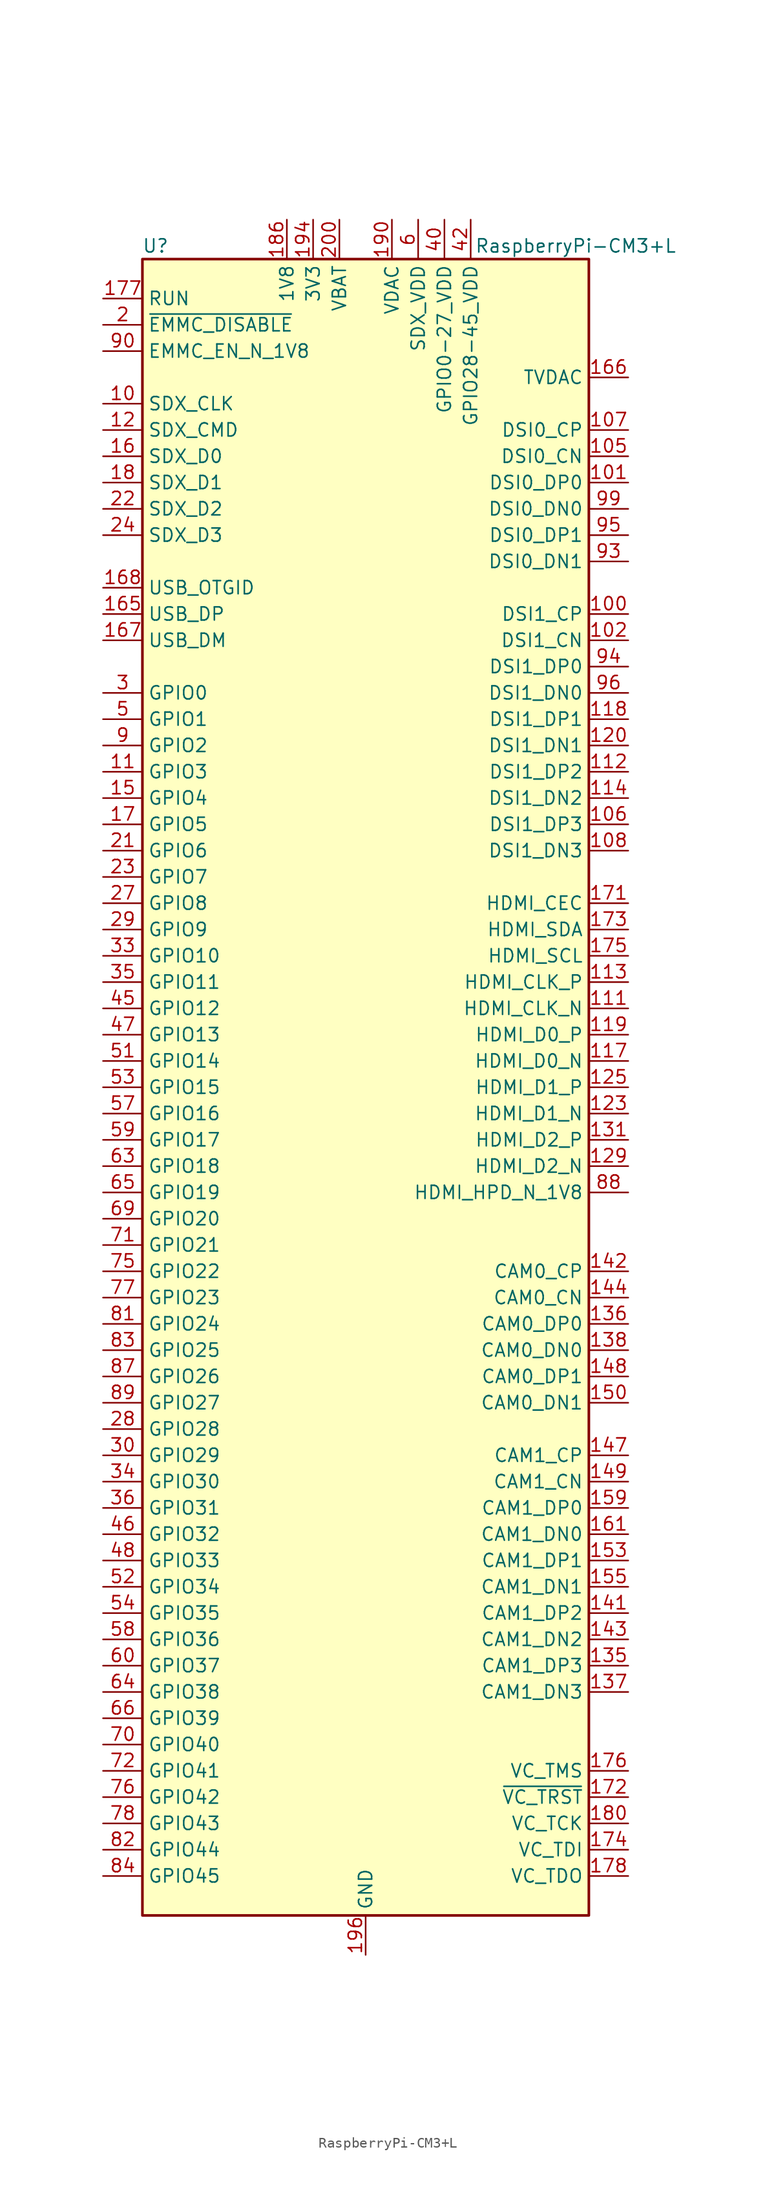
<source format=kicad_sym>
(kicad_symbol_lib
  (version 20231120)
  (generator "kicad_symbol_editor")
  (generator_version "8.0")
  (symbol "RaspberryPi-CM3+L"
    (property "Reference" "U"
      (at -20.32 81.28 0)
      (effects (font (size 1.27 1.27))))
    (property "Value" "RaspberryPi-CM3+L"
      (at 20.32 81.28 0)
      (effects (font (size 1.27 1.27))))
    (symbol "RaspberryPi-CM3+L_0_1"
      (rectangle (start -21.59 80.01) (end 21.59 -80.01) (stroke (width 0.254) (type default)) (fill (type background))))
    (symbol "RaspberryPi-CM3+L_1_1"
      (pin passive line (at 0 -83.82 90) (length 3.81) hide (name "GND" (effects (font (size 1.27 1.27)))) (number "1" (effects (font (size 1.27 1.27)))))
      (pin output line (at -25.4 66.04 0) (length 3.81) (name "SDX_CLK" (effects (font (size 1.27 1.27)))) (number "10" (effects (font (size 1.27 1.27)))))
      (pin output line (at 25.4 45.72 180) (length 3.81) (name "DSI1_CP" (effects (font (size 1.27 1.27)))) (number "100" (effects (font (size 1.27 1.27)))))
      (pin output line (at 25.4 58.42 180) (length 3.81) (name "DSI0_DP0" (effects (font (size 1.27 1.27)))) (number "101" (effects (font (size 1.27 1.27)))))
      (pin output line (at 25.4 43.18 180) (length 3.81) (name "DSI1_CN" (effects (font (size 1.27 1.27)))) (number "102" (effects (font (size 1.27 1.27)))))
      (pin passive line (at 0 -83.82 90) (length 3.81) hide (name "GND" (effects (font (size 1.27 1.27)))) (number "103" (effects (font (size 1.27 1.27)))))
      (pin passive line (at 0 -83.82 90) (length 3.81) hide (name "GND" (effects (font (size 1.27 1.27)))) (number "104" (effects (font (size 1.27 1.27)))))
      (pin output line (at 25.4 60.96 180) (length 3.81) (name "DSI0_CN" (effects (font (size 1.27 1.27)))) (number "105" (effects (font (size 1.27 1.27)))))
      (pin output line (at 25.4 25.4 180) (length 3.81) (name "DSI1_DP3" (effects (font (size 1.27 1.27)))) (number "106" (effects (font (size 1.27 1.27)))))
      (pin output line (at 25.4 63.5 180) (length 3.81) (name "DSI0_CP" (effects (font (size 1.27 1.27)))) (number "107" (effects (font (size 1.27 1.27)))))
      (pin output line (at 25.4 22.86 180) (length 3.81) (name "DSI1_DN3" (effects (font (size 1.27 1.27)))) (number "108" (effects (font (size 1.27 1.27)))))
      (pin passive line (at 0 -83.82 90) (length 3.81) hide (name "GND" (effects (font (size 1.27 1.27)))) (number "109" (effects (font (size 1.27 1.27)))))
      (pin bidirectional line (at -25.4 30.48 0) (length 3.81) (name "GPIO3" (effects (font (size 1.27 1.27)))) (number "11" (effects (font (size 1.27 1.27)))))
      (pin passive line (at 0 -83.82 90) (length 3.81) hide (name "GND" (effects (font (size 1.27 1.27)))) (number "110" (effects (font (size 1.27 1.27)))))
      (pin output line (at 25.4 7.62 180) (length 3.81) (name "HDMI_CLK_N" (effects (font (size 1.27 1.27)))) (number "111" (effects (font (size 1.27 1.27)))))
      (pin output line (at 25.4 30.48 180) (length 3.81) (name "DSI1_DP2" (effects (font (size 1.27 1.27)))) (number "112" (effects (font (size 1.27 1.27)))))
      (pin output line (at 25.4 10.16 180) (length 3.81) (name "HDMI_CLK_P" (effects (font (size 1.27 1.27)))) (number "113" (effects (font (size 1.27 1.27)))))
      (pin output line (at 25.4 27.94 180) (length 3.81) (name "DSI1_DN2" (effects (font (size 1.27 1.27)))) (number "114" (effects (font (size 1.27 1.27)))))
      (pin passive line (at 0 -83.82 90) (length 3.81) hide (name "GND" (effects (font (size 1.27 1.27)))) (number "115" (effects (font (size 1.27 1.27)))))
      (pin passive line (at 0 -83.82 90) (length 3.81) hide (name "GND" (effects (font (size 1.27 1.27)))) (number "116" (effects (font (size 1.27 1.27)))))
      (pin output line (at 25.4 2.54 180) (length 3.81) (name "HDMI_D0_N" (effects (font (size 1.27 1.27)))) (number "117" (effects (font (size 1.27 1.27)))))
      (pin output line (at 25.4 35.56 180) (length 3.81) (name "DSI1_DP1" (effects (font (size 1.27 1.27)))) (number "118" (effects (font (size 1.27 1.27)))))
      (pin output line (at 25.4 5.08 180) (length 3.81) (name "HDMI_D0_P" (effects (font (size 1.27 1.27)))) (number "119" (effects (font (size 1.27 1.27)))))
      (pin bidirectional line (at -25.4 63.5 0) (length 3.81) (name "SDX_CMD" (effects (font (size 1.27 1.27)))) (number "12" (effects (font (size 1.27 1.27)))))
      (pin output line (at 25.4 33.02 180) (length 3.81) (name "DSI1_DN1" (effects (font (size 1.27 1.27)))) (number "120" (effects (font (size 1.27 1.27)))))
      (pin passive line (at 0 -83.82 90) (length 3.81) hide (name "GND" (effects (font (size 1.27 1.27)))) (number "121" (effects (font (size 1.27 1.27)))))
      (pin passive line (at 0 -83.82 90) (length 3.81) hide (name "GND" (effects (font (size 1.27 1.27)))) (number "122" (effects (font (size 1.27 1.27)))))
      (pin output line (at 25.4 -2.54 180) (length 3.81) (name "HDMI_D1_N" (effects (font (size 1.27 1.27)))) (number "123" (effects (font (size 1.27 1.27)))))
      (pin no_connect line (at 20.32 76.2 180) (length 2.54) hide (name "NC" (effects (font (size 1.27 1.27)))) (number "124" (effects (font (size 1.27 1.27)))))
      (pin output line (at 25.4 0 180) (length 3.81) (name "HDMI_D1_P" (effects (font (size 1.27 1.27)))) (number "125" (effects (font (size 1.27 1.27)))))
      (pin no_connect line (at 20.32 73.66 180) (length 2.54) hide (name "NC" (effects (font (size 1.27 1.27)))) (number "126" (effects (font (size 1.27 1.27)))))
      (pin passive line (at 0 -83.82 90) (length 3.81) hide (name "GND" (effects (font (size 1.27 1.27)))) (number "127" (effects (font (size 1.27 1.27)))))
      (pin no_connect line (at 20.32 71.12 180) (length 2.54) hide (name "NC" (effects (font (size 1.27 1.27)))) (number "128" (effects (font (size 1.27 1.27)))))
      (pin output line (at 25.4 -7.62 180) (length 3.81) (name "HDMI_D2_N" (effects (font (size 1.27 1.27)))) (number "129" (effects (font (size 1.27 1.27)))))
      (pin passive line (at 0 -83.82 90) (length 3.81) hide (name "GND" (effects (font (size 1.27 1.27)))) (number "13" (effects (font (size 1.27 1.27)))))
      (pin no_connect line (at 20.32 66.04 180) (length 2.54) hide (name "NC" (effects (font (size 1.27 1.27)))) (number "130" (effects (font (size 1.27 1.27)))))
      (pin output line (at 25.4 -5.08 180) (length 3.81) (name "HDMI_D2_P" (effects (font (size 1.27 1.27)))) (number "131" (effects (font (size 1.27 1.27)))))
      (pin no_connect line (at 20.32 48.26 180) (length 2.54) hide (name "NC" (effects (font (size 1.27 1.27)))) (number "132" (effects (font (size 1.27 1.27)))))
      (pin passive line (at 0 -83.82 90) (length 3.81) hide (name "GND" (effects (font (size 1.27 1.27)))) (number "133" (effects (font (size 1.27 1.27)))))
      (pin passive line (at 0 -83.82 90) (length 3.81) hide (name "GND" (effects (font (size 1.27 1.27)))) (number "134" (effects (font (size 1.27 1.27)))))
      (pin input line (at 25.4 -55.88 180) (length 3.81) (name "CAM1_DP3" (effects (font (size 1.27 1.27)))) (number "135" (effects (font (size 1.27 1.27)))))
      (pin input line (at 25.4 -22.86 180) (length 3.81) (name "CAM0_DP0" (effects (font (size 1.27 1.27)))) (number "136" (effects (font (size 1.27 1.27)))))
      (pin input line (at 25.4 -58.42 180) (length 3.81) (name "CAM1_DN3" (effects (font (size 1.27 1.27)))) (number "137" (effects (font (size 1.27 1.27)))))
      (pin input line (at 25.4 -25.4 180) (length 3.81) (name "CAM0_DN0" (effects (font (size 1.27 1.27)))) (number "138" (effects (font (size 1.27 1.27)))))
      (pin passive line (at 0 -83.82 90) (length 3.81) hide (name "GND" (effects (font (size 1.27 1.27)))) (number "139" (effects (font (size 1.27 1.27)))))
      (pin passive line (at 0 -83.82 90) (length 3.81) hide (name "GND" (effects (font (size 1.27 1.27)))) (number "14" (effects (font (size 1.27 1.27)))))
      (pin passive line (at 0 -83.82 90) (length 3.81) hide (name "GND" (effects (font (size 1.27 1.27)))) (number "140" (effects (font (size 1.27 1.27)))))
      (pin input line (at 25.4 -50.8 180) (length 3.81) (name "CAM1_DP2" (effects (font (size 1.27 1.27)))) (number "141" (effects (font (size 1.27 1.27)))))
      (pin input line (at 25.4 -17.78 180) (length 3.81) (name "CAM0_CP" (effects (font (size 1.27 1.27)))) (number "142" (effects (font (size 1.27 1.27)))))
      (pin input line (at 25.4 -53.34 180) (length 3.81) (name "CAM1_DN2" (effects (font (size 1.27 1.27)))) (number "143" (effects (font (size 1.27 1.27)))))
      (pin input line (at 25.4 -20.32 180) (length 3.81) (name "CAM0_CN" (effects (font (size 1.27 1.27)))) (number "144" (effects (font (size 1.27 1.27)))))
      (pin passive line (at 0 -83.82 90) (length 3.81) hide (name "GND" (effects (font (size 1.27 1.27)))) (number "145" (effects (font (size 1.27 1.27)))))
      (pin passive line (at 0 -83.82 90) (length 3.81) hide (name "GND" (effects (font (size 1.27 1.27)))) (number "146" (effects (font (size 1.27 1.27)))))
      (pin input line (at 25.4 -35.56 180) (length 3.81) (name "CAM1_CP" (effects (font (size 1.27 1.27)))) (number "147" (effects (font (size 1.27 1.27)))))
      (pin input line (at 25.4 -27.94 180) (length 3.81) (name "CAM0_DP1" (effects (font (size 1.27 1.27)))) (number "148" (effects (font (size 1.27 1.27)))))
      (pin input line (at 25.4 -38.1 180) (length 3.81) (name "CAM1_CN" (effects (font (size 1.27 1.27)))) (number "149" (effects (font (size 1.27 1.27)))))
      (pin bidirectional line (at -25.4 27.94 0) (length 3.81) (name "GPIO4" (effects (font (size 1.27 1.27)))) (number "15" (effects (font (size 1.27 1.27)))))
      (pin input line (at 25.4 -30.48 180) (length 3.81) (name "CAM0_DN1" (effects (font (size 1.27 1.27)))) (number "150" (effects (font (size 1.27 1.27)))))
      (pin passive line (at 0 -83.82 90) (length 3.81) hide (name "GND" (effects (font (size 1.27 1.27)))) (number "151" (effects (font (size 1.27 1.27)))))
      (pin passive line (at 0 -83.82 90) (length 3.81) hide (name "GND" (effects (font (size 1.27 1.27)))) (number "152" (effects (font (size 1.27 1.27)))))
      (pin input line (at 25.4 -45.72 180) (length 3.81) (name "CAM1_DP1" (effects (font (size 1.27 1.27)))) (number "153" (effects (font (size 1.27 1.27)))))
      (pin no_connect line (at 20.32 -15.24 180) (length 2.54) hide (name "NC" (effects (font (size 1.27 1.27)))) (number "154" (effects (font (size 1.27 1.27)))))
      (pin input line (at 25.4 -48.26 180) (length 3.81) (name "CAM1_DN1" (effects (font (size 1.27 1.27)))) (number "155" (effects (font (size 1.27 1.27)))))
      (pin no_connect line (at 20.32 -12.7 180) (length 2.54) hide (name "NC" (effects (font (size 1.27 1.27)))) (number "156" (effects (font (size 1.27 1.27)))))
      (pin passive line (at 0 -83.82 90) (length 3.81) hide (name "GND" (effects (font (size 1.27 1.27)))) (number "157" (effects (font (size 1.27 1.27)))))
      (pin no_connect line (at 20.32 20.32 180) (length 2.54) hide (name "NC" (effects (font (size 1.27 1.27)))) (number "158" (effects (font (size 1.27 1.27)))))
      (pin input line (at 25.4 -40.64 180) (length 3.81) (name "CAM1_DP0" (effects (font (size 1.27 1.27)))) (number "159" (effects (font (size 1.27 1.27)))))
      (pin bidirectional line (at -25.4 60.96 0) (length 3.81) (name "SDX_D0" (effects (font (size 1.27 1.27)))) (number "16" (effects (font (size 1.27 1.27)))))
      (pin no_connect line (at 20.32 -60.96 180) (length 2.54) hide (name "NC" (effects (font (size 1.27 1.27)))) (number "160" (effects (font (size 1.27 1.27)))))
      (pin input line (at 25.4 -43.18 180) (length 3.81) (name "CAM1_DN0" (effects (font (size 1.27 1.27)))) (number "161" (effects (font (size 1.27 1.27)))))
      (pin no_connect line (at 20.32 -63.5 180) (length 2.54) hide (name "NC" (effects (font (size 1.27 1.27)))) (number "162" (effects (font (size 1.27 1.27)))))
      (pin passive line (at 0 -83.82 90) (length 3.81) hide (name "GND" (effects (font (size 1.27 1.27)))) (number "163" (effects (font (size 1.27 1.27)))))
      (pin passive line (at 0 -83.82 90) (length 3.81) hide (name "GND" (effects (font (size 1.27 1.27)))) (number "164" (effects (font (size 1.27 1.27)))))
      (pin bidirectional line (at -25.4 45.72 0) (length 3.81) (name "USB_DP" (effects (font (size 1.27 1.27)))) (number "165" (effects (font (size 1.27 1.27)))))
      (pin output line (at 25.4 68.58 180) (length 3.81) (name "TVDAC" (effects (font (size 1.27 1.27)))) (number "166" (effects (font (size 1.27 1.27)))))
      (pin bidirectional line (at -25.4 43.18 0) (length 3.81) (name "USB_DM" (effects (font (size 1.27 1.27)))) (number "167" (effects (font (size 1.27 1.27)))))
      (pin passive line (at -25.4 48.26 0) (length 3.81) (name "USB_OTGID" (effects (font (size 1.27 1.27)))) (number "168" (effects (font (size 1.27 1.27)))))
      (pin passive line (at 0 -83.82 90) (length 3.81) hide (name "GND" (effects (font (size 1.27 1.27)))) (number "169" (effects (font (size 1.27 1.27)))))
      (pin bidirectional line (at -25.4 25.4 0) (length 3.81) (name "GPIO5" (effects (font (size 1.27 1.27)))) (number "17" (effects (font (size 1.27 1.27)))))
      (pin passive line (at 0 -83.82 90) (length 3.81) hide (name "GND" (effects (font (size 1.27 1.27)))) (number "170" (effects (font (size 1.27 1.27)))))
      (pin bidirectional line (at 25.4 17.78 180) (length 3.81) (name "HDMI_CEC" (effects (font (size 1.27 1.27)))) (number "171" (effects (font (size 1.27 1.27)))))
      (pin input line (at 25.4 -68.58 180) (length 3.81) (name "~{VC_TRST}" (effects (font (size 1.27 1.27)))) (number "172" (effects (font (size 1.27 1.27)))))
      (pin bidirectional line (at 25.4 15.24 180) (length 3.81) (name "HDMI_SDA" (effects (font (size 1.27 1.27)))) (number "173" (effects (font (size 1.27 1.27)))))
      (pin input line (at 25.4 -73.66 180) (length 3.81) (name "VC_TDI" (effects (font (size 1.27 1.27)))) (number "174" (effects (font (size 1.27 1.27)))))
      (pin bidirectional line (at 25.4 12.7 180) (length 3.81) (name "HDMI_SCL" (effects (font (size 1.27 1.27)))) (number "175" (effects (font (size 1.27 1.27)))))
      (pin input line (at 25.4 -66.04 180) (length 3.81) (name "VC_TMS" (effects (font (size 1.27 1.27)))) (number "176" (effects (font (size 1.27 1.27)))))
      (pin input line (at -25.4 76.2 0) (length 3.81) (name "RUN" (effects (font (size 1.27 1.27)))) (number "177" (effects (font (size 1.27 1.27)))))
      (pin output line (at 25.4 -76.2 180) (length 3.81) (name "VC_TDO" (effects (font (size 1.27 1.27)))) (number "178" (effects (font (size 1.27 1.27)))))
      (pin no_connect line (at 0 78.74 270) (length 2.54) hide (name "VDD_CORE_(DO_NOT_CONNECT)" (effects (font (size 1.27 1.27)))) (number "179" (effects (font (size 1.27 1.27)))))
      (pin bidirectional line (at -25.4 58.42 0) (length 3.81) (name "SDX_D1" (effects (font (size 1.27 1.27)))) (number "18" (effects (font (size 1.27 1.27)))))
      (pin input line (at 25.4 -71.12 180) (length 3.81) (name "VC_TCK" (effects (font (size 1.27 1.27)))) (number "180" (effects (font (size 1.27 1.27)))))
      (pin passive line (at 0 -83.82 90) (length 3.81) hide (name "GND" (effects (font (size 1.27 1.27)))) (number "181" (effects (font (size 1.27 1.27)))))
      (pin passive line (at 0 -83.82 90) (length 3.81) hide (name "GND" (effects (font (size 1.27 1.27)))) (number "182" (effects (font (size 1.27 1.27)))))
      (pin passive line (at -7.62 83.82 270) (length 3.81) hide (name "1V8" (effects (font (size 1.27 1.27)))) (number "183" (effects (font (size 1.27 1.27)))))
      (pin passive line (at -7.62 83.82 270) (length 3.81) hide (name "1V8" (effects (font (size 1.27 1.27)))) (number "184" (effects (font (size 1.27 1.27)))))
      (pin passive line (at -7.62 83.82 270) (length 3.81) hide (name "1V8" (effects (font (size 1.27 1.27)))) (number "185" (effects (font (size 1.27 1.27)))))
      (pin power_in line (at -7.62 83.82 270) (length 3.81) (name "1V8" (effects (font (size 1.27 1.27)))) (number "186" (effects (font (size 1.27 1.27)))))
      (pin passive line (at 0 -83.82 90) (length 3.81) hide (name "GND" (effects (font (size 1.27 1.27)))) (number "187" (effects (font (size 1.27 1.27)))))
      (pin passive line (at 0 -83.82 90) (length 3.81) hide (name "GND" (effects (font (size 1.27 1.27)))) (number "188" (effects (font (size 1.27 1.27)))))
      (pin passive line (at 2.54 83.82 270) (length 3.81) hide (name "VDAC" (effects (font (size 1.27 1.27)))) (number "189" (effects (font (size 1.27 1.27)))))
      (pin passive line (at 0 -83.82 90) (length 3.81) hide (name "GND" (effects (font (size 1.27 1.27)))) (number "19" (effects (font (size 1.27 1.27)))))
      (pin power_in line (at 2.54 83.82 270) (length 3.81) (name "VDAC" (effects (font (size 1.27 1.27)))) (number "190" (effects (font (size 1.27 1.27)))))
      (pin passive line (at -5.08 83.82 270) (length 3.81) hide (name "3V3" (effects (font (size 1.27 1.27)))) (number "191" (effects (font (size 1.27 1.27)))))
      (pin passive line (at -5.08 83.82 270) (length 3.81) hide (name "3V3" (effects (font (size 1.27 1.27)))) (number "192" (effects (font (size 1.27 1.27)))))
      (pin passive line (at -5.08 83.82 270) (length 3.81) hide (name "3V3" (effects (font (size 1.27 1.27)))) (number "193" (effects (font (size 1.27 1.27)))))
      (pin power_in line (at -5.08 83.82 270) (length 3.81) (name "3V3" (effects (font (size 1.27 1.27)))) (number "194" (effects (font (size 1.27 1.27)))))
      (pin passive line (at 0 -83.82 90) (length 3.81) hide (name "GND" (effects (font (size 1.27 1.27)))) (number "195" (effects (font (size 1.27 1.27)))))
      (pin power_out line (at 0 -83.82 90) (length 3.81) (name "GND" (effects (font (size 1.27 1.27)))) (number "196" (effects (font (size 1.27 1.27)))))
      (pin passive line (at -2.54 83.82 270) (length 3.81) hide (name "VBAT" (effects (font (size 1.27 1.27)))) (number "197" (effects (font (size 1.27 1.27)))))
      (pin passive line (at -2.54 83.82 270) (length 3.81) hide (name "VBAT" (effects (font (size 1.27 1.27)))) (number "198" (effects (font (size 1.27 1.27)))))
      (pin passive line (at -2.54 83.82 270) (length 3.81) hide (name "VBAT" (effects (font (size 1.27 1.27)))) (number "199" (effects (font (size 1.27 1.27)))))
      (pin input line (at -25.4 73.66 0) (length 3.81) (name "~{EMMC_DISABLE}" (effects (font (size 1.27 1.27)))) (number "2" (effects (font (size 1.27 1.27)))))
      (pin passive line (at 0 -83.82 90) (length 3.81) hide (name "GND" (effects (font (size 1.27 1.27)))) (number "20" (effects (font (size 1.27 1.27)))))
      (pin power_in line (at -2.54 83.82 270) (length 3.81) (name "VBAT" (effects (font (size 1.27 1.27)))) (number "200" (effects (font (size 1.27 1.27)))))
      (pin bidirectional line (at -25.4 22.86 0) (length 3.81) (name "GPIO6" (effects (font (size 1.27 1.27)))) (number "21" (effects (font (size 1.27 1.27)))))
      (pin bidirectional line (at -25.4 55.88 0) (length 3.81) (name "SDX_D2" (effects (font (size 1.27 1.27)))) (number "22" (effects (font (size 1.27 1.27)))))
      (pin bidirectional line (at -25.4 20.32 0) (length 3.81) (name "GPIO7" (effects (font (size 1.27 1.27)))) (number "23" (effects (font (size 1.27 1.27)))))
      (pin bidirectional line (at -25.4 53.34 0) (length 3.81) (name "SDX_D3" (effects (font (size 1.27 1.27)))) (number "24" (effects (font (size 1.27 1.27)))))
      (pin passive line (at 0 -83.82 90) (length 3.81) hide (name "GND" (effects (font (size 1.27 1.27)))) (number "25" (effects (font (size 1.27 1.27)))))
      (pin passive line (at 0 -83.82 90) (length 3.81) hide (name "GND" (effects (font (size 1.27 1.27)))) (number "26" (effects (font (size 1.27 1.27)))))
      (pin bidirectional line (at -25.4 17.78 0) (length 3.81) (name "GPIO8" (effects (font (size 1.27 1.27)))) (number "27" (effects (font (size 1.27 1.27)))))
      (pin bidirectional line (at -25.4 -33.02 0) (length 3.81) (name "GPIO28" (effects (font (size 1.27 1.27)))) (number "28" (effects (font (size 1.27 1.27)))))
      (pin bidirectional line (at -25.4 15.24 0) (length 3.81) (name "GPIO9" (effects (font (size 1.27 1.27)))) (number "29" (effects (font (size 1.27 1.27)))))
      (pin bidirectional line (at -25.4 38.1 0) (length 3.81) (name "GPIO0" (effects (font (size 1.27 1.27)))) (number "3" (effects (font (size 1.27 1.27)))))
      (pin bidirectional line (at -25.4 -35.56 0) (length 3.81) (name "GPIO29" (effects (font (size 1.27 1.27)))) (number "30" (effects (font (size 1.27 1.27)))))
      (pin passive line (at 0 -83.82 90) (length 3.81) hide (name "GND" (effects (font (size 1.27 1.27)))) (number "31" (effects (font (size 1.27 1.27)))))
      (pin passive line (at 0 -83.82 90) (length 3.81) hide (name "GND" (effects (font (size 1.27 1.27)))) (number "32" (effects (font (size 1.27 1.27)))))
      (pin bidirectional line (at -25.4 12.7 0) (length 3.81) (name "GPIO10" (effects (font (size 1.27 1.27)))) (number "33" (effects (font (size 1.27 1.27)))))
      (pin bidirectional line (at -25.4 -38.1 0) (length 3.81) (name "GPIO30" (effects (font (size 1.27 1.27)))) (number "34" (effects (font (size 1.27 1.27)))))
      (pin bidirectional line (at -25.4 10.16 0) (length 3.81) (name "GPIO11" (effects (font (size 1.27 1.27)))) (number "35" (effects (font (size 1.27 1.27)))))
      (pin bidirectional line (at -25.4 -40.64 0) (length 3.81) (name "GPIO31" (effects (font (size 1.27 1.27)))) (number "36" (effects (font (size 1.27 1.27)))))
      (pin passive line (at 0 -83.82 90) (length 3.81) hide (name "GND" (effects (font (size 1.27 1.27)))) (number "37" (effects (font (size 1.27 1.27)))))
      (pin passive line (at 0 -83.82 90) (length 3.81) hide (name "GND" (effects (font (size 1.27 1.27)))) (number "38" (effects (font (size 1.27 1.27)))))
      (pin passive line (at 7.62 83.82 270) (length 3.81) hide (name "GPIO0-27_VDD" (effects (font (size 1.27 1.27)))) (number "39" (effects (font (size 1.27 1.27)))))
      (pin passive line (at 5.08 83.82 270) (length 3.81) hide (name "SDX_VDD" (effects (font (size 1.27 1.27)))) (number "4" (effects (font (size 1.27 1.27)))))
      (pin power_in line (at 7.62 83.82 270) (length 3.81) (name "GPIO0-27_VDD" (effects (font (size 1.27 1.27)))) (number "40" (effects (font (size 1.27 1.27)))))
      (pin passive line (at 10.16 83.82 270) (length 3.81) hide (name "GPIO28-45_VDD" (effects (font (size 1.27 1.27)))) (number "41" (effects (font (size 1.27 1.27)))))
      (pin power_in line (at 10.16 83.82 270) (length 3.81) (name "GPIO28-45_VDD" (effects (font (size 1.27 1.27)))) (number "42" (effects (font (size 1.27 1.27)))))
      (pin passive line (at 0 -83.82 90) (length 3.81) hide (name "GND" (effects (font (size 1.27 1.27)))) (number "43" (effects (font (size 1.27 1.27)))))
      (pin passive line (at 0 -83.82 90) (length 3.81) hide (name "GND" (effects (font (size 1.27 1.27)))) (number "44" (effects (font (size 1.27 1.27)))))
      (pin bidirectional line (at -25.4 7.62 0) (length 3.81) (name "GPIO12" (effects (font (size 1.27 1.27)))) (number "45" (effects (font (size 1.27 1.27)))))
      (pin bidirectional line (at -25.4 -43.18 0) (length 3.81) (name "GPIO32" (effects (font (size 1.27 1.27)))) (number "46" (effects (font (size 1.27 1.27)))))
      (pin bidirectional line (at -25.4 5.08 0) (length 3.81) (name "GPIO13" (effects (font (size 1.27 1.27)))) (number "47" (effects (font (size 1.27 1.27)))))
      (pin bidirectional line (at -25.4 -45.72 0) (length 3.81) (name "GPIO33" (effects (font (size 1.27 1.27)))) (number "48" (effects (font (size 1.27 1.27)))))
      (pin passive line (at 0 -83.82 90) (length 3.81) hide (name "GND" (effects (font (size 1.27 1.27)))) (number "49" (effects (font (size 1.27 1.27)))))
      (pin bidirectional line (at -25.4 35.56 0) (length 3.81) (name "GPIO1" (effects (font (size 1.27 1.27)))) (number "5" (effects (font (size 1.27 1.27)))))
      (pin passive line (at 0 -83.82 90) (length 3.81) hide (name "GND" (effects (font (size 1.27 1.27)))) (number "50" (effects (font (size 1.27 1.27)))))
      (pin bidirectional line (at -25.4 2.54 0) (length 3.81) (name "GPIO14" (effects (font (size 1.27 1.27)))) (number "51" (effects (font (size 1.27 1.27)))))
      (pin bidirectional line (at -25.4 -48.26 0) (length 3.81) (name "GPIO34" (effects (font (size 1.27 1.27)))) (number "52" (effects (font (size 1.27 1.27)))))
      (pin bidirectional line (at -25.4 0 0) (length 3.81) (name "GPIO15" (effects (font (size 1.27 1.27)))) (number "53" (effects (font (size 1.27 1.27)))))
      (pin bidirectional line (at -25.4 -50.8 0) (length 3.81) (name "GPIO35" (effects (font (size 1.27 1.27)))) (number "54" (effects (font (size 1.27 1.27)))))
      (pin passive line (at 0 -83.82 90) (length 3.81) hide (name "GND" (effects (font (size 1.27 1.27)))) (number "55" (effects (font (size 1.27 1.27)))))
      (pin passive line (at 0 -83.82 90) (length 3.81) hide (name "GND" (effects (font (size 1.27 1.27)))) (number "56" (effects (font (size 1.27 1.27)))))
      (pin bidirectional line (at -25.4 -2.54 0) (length 3.81) (name "GPIO16" (effects (font (size 1.27 1.27)))) (number "57" (effects (font (size 1.27 1.27)))))
      (pin bidirectional line (at -25.4 -53.34 0) (length 3.81) (name "GPIO36" (effects (font (size 1.27 1.27)))) (number "58" (effects (font (size 1.27 1.27)))))
      (pin bidirectional line (at -25.4 -5.08 0) (length 3.81) (name "GPIO17" (effects (font (size 1.27 1.27)))) (number "59" (effects (font (size 1.27 1.27)))))
      (pin power_in line (at 5.08 83.82 270) (length 3.81) (name "SDX_VDD" (effects (font (size 1.27 1.27)))) (number "6" (effects (font (size 1.27 1.27)))))
      (pin bidirectional line (at -25.4 -55.88 0) (length 3.81) (name "GPIO37" (effects (font (size 1.27 1.27)))) (number "60" (effects (font (size 1.27 1.27)))))
      (pin passive line (at 0 -83.82 90) (length 3.81) hide (name "GND" (effects (font (size 1.27 1.27)))) (number "61" (effects (font (size 1.27 1.27)))))
      (pin passive line (at 0 -83.82 90) (length 3.81) hide (name "GND" (effects (font (size 1.27 1.27)))) (number "62" (effects (font (size 1.27 1.27)))))
      (pin bidirectional line (at -25.4 -7.62 0) (length 3.81) (name "GPIO18" (effects (font (size 1.27 1.27)))) (number "63" (effects (font (size 1.27 1.27)))))
      (pin bidirectional line (at -25.4 -58.42 0) (length 3.81) (name "GPIO38" (effects (font (size 1.27 1.27)))) (number "64" (effects (font (size 1.27 1.27)))))
      (pin bidirectional line (at -25.4 -10.16 0) (length 3.81) (name "GPIO19" (effects (font (size 1.27 1.27)))) (number "65" (effects (font (size 1.27 1.27)))))
      (pin bidirectional line (at -25.4 -60.96 0) (length 3.81) (name "GPIO39" (effects (font (size 1.27 1.27)))) (number "66" (effects (font (size 1.27 1.27)))))
      (pin passive line (at 0 -83.82 90) (length 3.81) hide (name "GND" (effects (font (size 1.27 1.27)))) (number "67" (effects (font (size 1.27 1.27)))))
      (pin passive line (at 0 -83.82 90) (length 3.81) hide (name "GND" (effects (font (size 1.27 1.27)))) (number "68" (effects (font (size 1.27 1.27)))))
      (pin bidirectional line (at -25.4 -12.7 0) (length 3.81) (name "GPIO20" (effects (font (size 1.27 1.27)))) (number "69" (effects (font (size 1.27 1.27)))))
      (pin passive line (at 0 -83.82 90) (length 3.81) hide (name "GND" (effects (font (size 1.27 1.27)))) (number "7" (effects (font (size 1.27 1.27)))))
      (pin bidirectional line (at -25.4 -63.5 0) (length 3.81) (name "GPIO40" (effects (font (size 1.27 1.27)))) (number "70" (effects (font (size 1.27 1.27)))))
      (pin bidirectional line (at -25.4 -15.24 0) (length 3.81) (name "GPIO21" (effects (font (size 1.27 1.27)))) (number "71" (effects (font (size 1.27 1.27)))))
      (pin bidirectional line (at -25.4 -66.04 0) (length 3.81) (name "GPIO41" (effects (font (size 1.27 1.27)))) (number "72" (effects (font (size 1.27 1.27)))))
      (pin passive line (at 0 -83.82 90) (length 3.81) hide (name "GND" (effects (font (size 1.27 1.27)))) (number "73" (effects (font (size 1.27 1.27)))))
      (pin passive line (at 0 -83.82 90) (length 3.81) hide (name "GND" (effects (font (size 1.27 1.27)))) (number "74" (effects (font (size 1.27 1.27)))))
      (pin bidirectional line (at -25.4 -17.78 0) (length 3.81) (name "GPIO22" (effects (font (size 1.27 1.27)))) (number "75" (effects (font (size 1.27 1.27)))))
      (pin bidirectional line (at -25.4 -68.58 0) (length 3.81) (name "GPIO42" (effects (font (size 1.27 1.27)))) (number "76" (effects (font (size 1.27 1.27)))))
      (pin bidirectional line (at -25.4 -20.32 0) (length 3.81) (name "GPIO23" (effects (font (size 1.27 1.27)))) (number "77" (effects (font (size 1.27 1.27)))))
      (pin bidirectional line (at -25.4 -71.12 0) (length 3.81) (name "GPIO43" (effects (font (size 1.27 1.27)))) (number "78" (effects (font (size 1.27 1.27)))))
      (pin passive line (at 0 -83.82 90) (length 3.81) hide (name "GND" (effects (font (size 1.27 1.27)))) (number "79" (effects (font (size 1.27 1.27)))))
      (pin passive line (at 0 -83.82 90) (length 3.81) hide (name "GND" (effects (font (size 1.27 1.27)))) (number "8" (effects (font (size 1.27 1.27)))))
      (pin passive line (at 0 -83.82 90) (length 3.81) hide (name "GND" (effects (font (size 1.27 1.27)))) (number "80" (effects (font (size 1.27 1.27)))))
      (pin bidirectional line (at -25.4 -22.86 0) (length 3.81) (name "GPIO24" (effects (font (size 1.27 1.27)))) (number "81" (effects (font (size 1.27 1.27)))))
      (pin bidirectional line (at -25.4 -73.66 0) (length 3.81) (name "GPIO44" (effects (font (size 1.27 1.27)))) (number "82" (effects (font (size 1.27 1.27)))))
      (pin bidirectional line (at -25.4 -25.4 0) (length 3.81) (name "GPIO25" (effects (font (size 1.27 1.27)))) (number "83" (effects (font (size 1.27 1.27)))))
      (pin bidirectional line (at -25.4 -76.2 0) (length 3.81) (name "GPIO45" (effects (font (size 1.27 1.27)))) (number "84" (effects (font (size 1.27 1.27)))))
      (pin passive line (at 0 -83.82 90) (length 3.81) hide (name "GND" (effects (font (size 1.27 1.27)))) (number "85" (effects (font (size 1.27 1.27)))))
      (pin passive line (at 0 -83.82 90) (length 3.81) hide (name "GND" (effects (font (size 1.27 1.27)))) (number "86" (effects (font (size 1.27 1.27)))))
      (pin bidirectional line (at -25.4 -27.94 0) (length 3.81) (name "GPIO26" (effects (font (size 1.27 1.27)))) (number "87" (effects (font (size 1.27 1.27)))))
      (pin input line (at 25.4 -10.16 180) (length 3.81) (name "HDMI_HPD_N_1V8" (effects (font (size 1.27 1.27)))) (number "88" (effects (font (size 1.27 1.27)))))
      (pin bidirectional line (at -25.4 -30.48 0) (length 3.81) (name "GPIO27" (effects (font (size 1.27 1.27)))) (number "89" (effects (font (size 1.27 1.27)))))
      (pin bidirectional line (at -25.4 33.02 0) (length 3.81) (name "GPIO2" (effects (font (size 1.27 1.27)))) (number "9" (effects (font (size 1.27 1.27)))))
      (pin output line (at -25.4 71.12 0) (length 3.81) (name "EMMC_EN_N_1V8" (effects (font (size 1.27 1.27)))) (number "90" (effects (font (size 1.27 1.27)))))
      (pin passive line (at 0 -83.82 90) (length 3.81) hide (name "GND" (effects (font (size 1.27 1.27)))) (number "91" (effects (font (size 1.27 1.27)))))
      (pin passive line (at 0 -83.82 90) (length 3.81) hide (name "GND" (effects (font (size 1.27 1.27)))) (number "92" (effects (font (size 1.27 1.27)))))
      (pin output line (at 25.4 50.8 180) (length 3.81) (name "DSI0_DN1" (effects (font (size 1.27 1.27)))) (number "93" (effects (font (size 1.27 1.27)))))
      (pin output line (at 25.4 40.64 180) (length 3.81) (name "DSI1_DP0" (effects (font (size 1.27 1.27)))) (number "94" (effects (font (size 1.27 1.27)))))
      (pin output line (at 25.4 53.34 180) (length 3.81) (name "DSI0_DP1" (effects (font (size 1.27 1.27)))) (number "95" (effects (font (size 1.27 1.27)))))
      (pin output line (at 25.4 38.1 180) (length 3.81) (name "DSI1_DN0" (effects (font (size 1.27 1.27)))) (number "96" (effects (font (size 1.27 1.27)))))
      (pin passive line (at 0 -83.82 90) (length 3.81) hide (name "GND" (effects (font (size 1.27 1.27)))) (number "97" (effects (font (size 1.27 1.27)))))
      (pin passive line (at 0 -83.82 90) (length 3.81) hide (name "GND" (effects (font (size 1.27 1.27)))) (number "98" (effects (font (size 1.27 1.27)))))
      (pin output line (at 25.4 55.88 180) (length 3.81) (name "DSI0_DN0" (effects (font (size 1.27 1.27)))) (number "99" (effects (font (size 1.27 1.27))))))))
</source>
